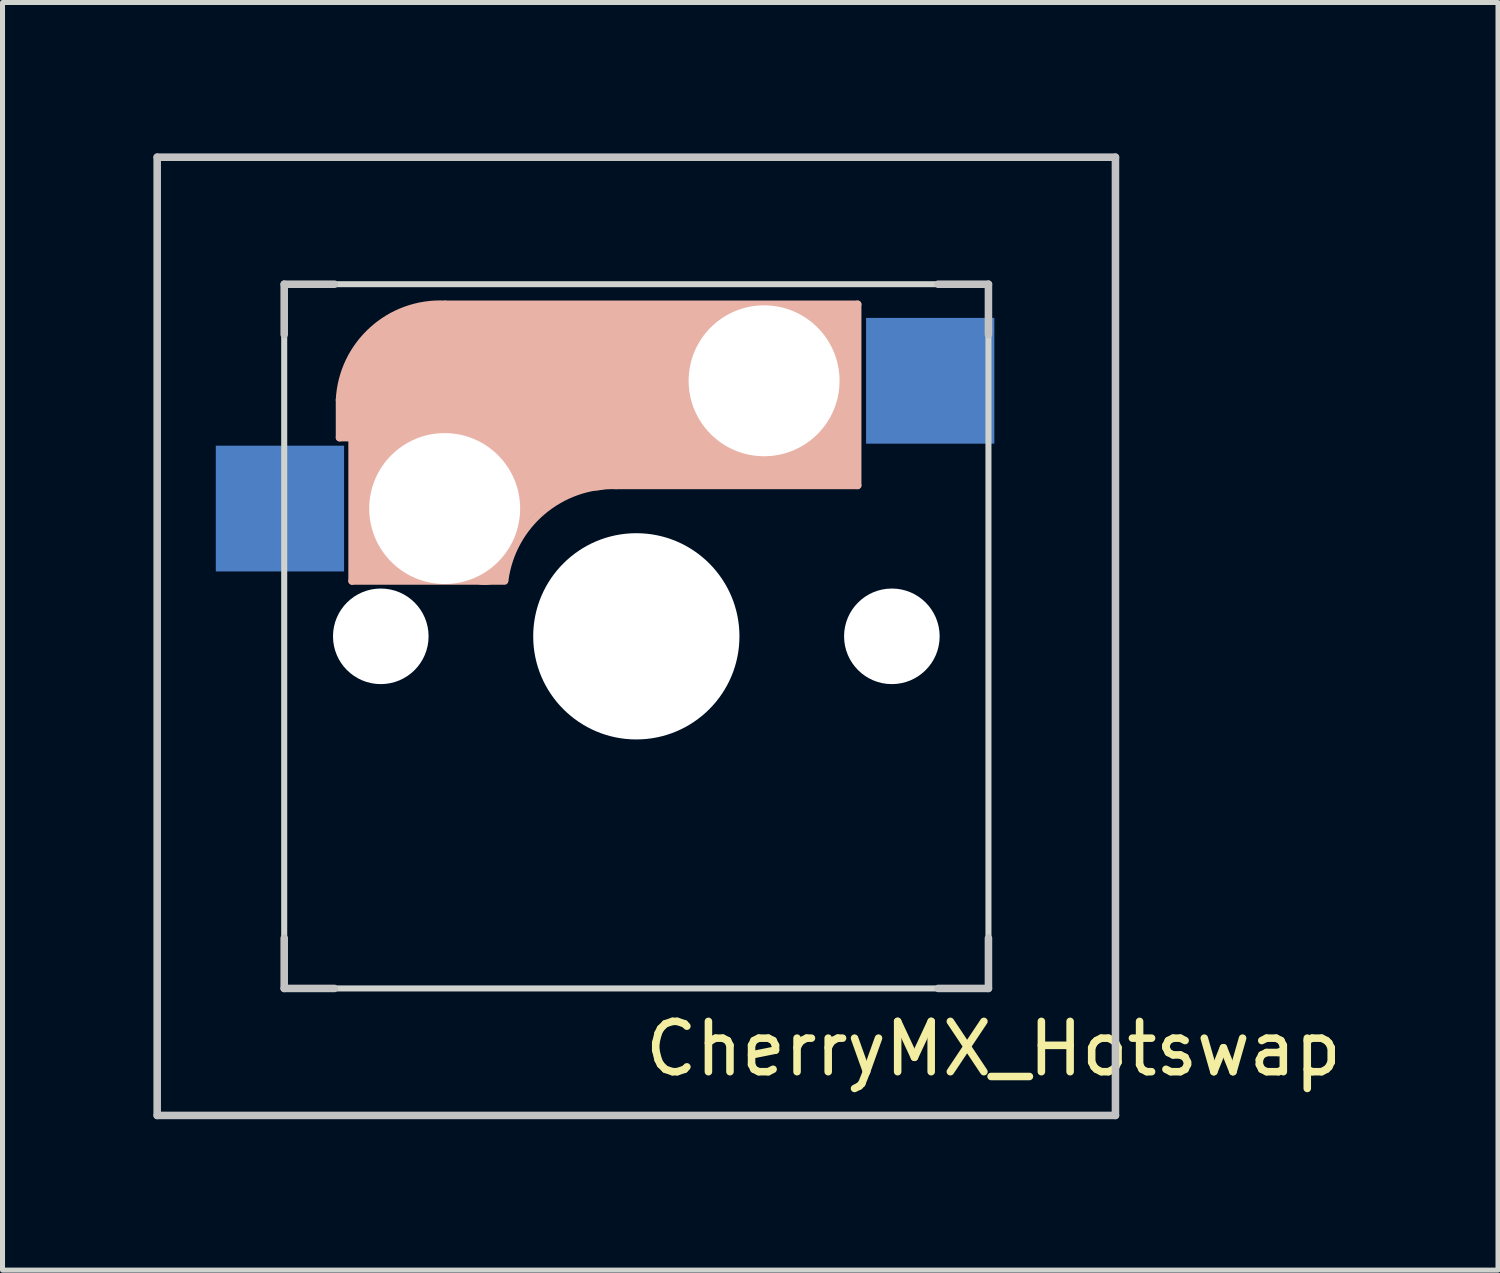
<source format=kicad_pcb>
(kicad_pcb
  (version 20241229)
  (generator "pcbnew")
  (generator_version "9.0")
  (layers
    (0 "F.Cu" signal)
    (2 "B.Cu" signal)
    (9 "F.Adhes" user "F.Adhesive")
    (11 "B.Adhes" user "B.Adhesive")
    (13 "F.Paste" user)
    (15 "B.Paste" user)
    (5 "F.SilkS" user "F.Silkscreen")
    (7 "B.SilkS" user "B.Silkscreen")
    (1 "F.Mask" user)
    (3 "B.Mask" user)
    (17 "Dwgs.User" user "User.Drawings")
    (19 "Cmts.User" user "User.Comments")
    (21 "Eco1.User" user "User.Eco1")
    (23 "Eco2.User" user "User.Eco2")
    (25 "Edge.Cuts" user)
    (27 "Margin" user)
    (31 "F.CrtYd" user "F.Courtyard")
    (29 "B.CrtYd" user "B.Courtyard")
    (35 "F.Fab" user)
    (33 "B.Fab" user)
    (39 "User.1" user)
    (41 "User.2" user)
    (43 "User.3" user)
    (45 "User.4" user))
  (footprint "CherryMX_Hotswap"
    (layer "F.Cu")
    (at 9.6 9.6)
    (property "Reference" "CherryMX_Hotswap" (at 7.1 8.2 0) (layer "F.SilkS") (effects (font (size 1 1) (thickness 0.15))))
    (attr through_hole)
    (fp_line (start -5.9 -4.7) (end -5.9 -3.95) (stroke (width 0.15) (type solid)) (layer "B.SilkS"))
    (fp_line (start -5.9 -3.95) (end -5.7 -3.95) (stroke (width 0.15) (type solid)) (layer "B.SilkS"))
    (fp_line (start -5.8 -4.05) (end -5.8 -4.7) (stroke (width 0.3) (type solid)) (layer "B.SilkS"))
    (fp_line (start -5.65 -5.55) (end -5.65 -1.1) (stroke (width 0.15) (type solid)) (layer "B.SilkS"))
    (fp_line (start -5.65 -1.1) (end -2.62 -1.1) (stroke (width 0.15) (type solid)) (layer "B.SilkS"))
    (fp_line (start -5.45 -1.3) (end -3 -1.3) (stroke (width 0.5) (type solid)) (layer "B.SilkS"))
    (fp_line (start -5.3 -1.6) (end -5.3 -3.4) (stroke (width 0.8) (type solid)) (layer "B.SilkS"))
    (fp_line (start -4.17 -5.1) (end -4.17 -2.86) (stroke (width 3) (type solid)) (layer "B.SilkS"))
    (fp_line (start -0.4 -3) (end 4.4 -3) (stroke (width 0.15) (type solid)) (layer "B.SilkS"))
    (fp_line (start 2.6 -4.8) (end -4.1 -4.8) (stroke (width 3.5) (type solid)) (layer "B.SilkS"))
    (fp_line (start 3.9 -6) (end 3.9 -3.5) (stroke (width 1) (type solid)) (layer "B.SilkS"))
    (fp_line (start 4.2 -3.25) (end 2.9 -3.3) (stroke (width 0.5) (type solid)) (layer "B.SilkS"))
    (fp_line (start 4.25 -6.4) (end 3 -6.4) (stroke (width 0.4) (type solid)) (layer "B.SilkS"))
    (fp_line (start 4.38 -4) (end 4.38 -6.25) (stroke (width 0.15) (type solid)) (layer "B.SilkS"))
    (fp_line (start 4.4 -6.6) (end -3.8 -6.6) (stroke (width 0.15) (type solid)) (layer "B.SilkS"))
    (fp_line (start 4.4 -3) (end 4.4 -6.6) (stroke (width 0.15) (type solid)) (layer "B.SilkS"))
    (fp_arc (start -5.9 -4.699999) (mid -5.243504 -6.084924) (end -3.800001 -6.6) (stroke (width 0.15) (type solid)) (layer "B.SilkS"))
    (fp_arc (start -3.016318 -1.521471) (mid -2.268709 -2.886118) (end -0.8 -3.4) (stroke (width 1) (type solid)) (layer "B.SilkS"))
    (fp_arc (start -2.616318 -1.121471) (mid -1.868709 -2.486118) (end -0.4 -3) (stroke (width 0.15) (type solid)) (layer "B.SilkS"))
    (fp_line (start -9.525 -9.525) (end 9.525 -9.525) (stroke (width 0.15) (type solid)) (layer "Dwgs.User"))
    (fp_line (start -9.525 9.525) (end -9.525 -9.525) (stroke (width 0.15) (type solid)) (layer "Dwgs.User"))
    (fp_line (start -7 -7) (end -6 -7) (stroke (width 0.15) (type solid)) (layer "Dwgs.User"))
    (fp_line (start -7 -6) (end -7 -7) (stroke (width 0.15) (type solid)) (layer "Dwgs.User"))
    (fp_line (start -7 6) (end -7 7) (stroke (width 0.15) (type solid)) (layer "Dwgs.User"))
    (fp_line (start -7 7) (end -6 7) (stroke (width 0.15) (type solid)) (layer "Dwgs.User"))
    (fp_line (start 6 7) (end 7 7) (stroke (width 0.15) (type solid)) (layer "Dwgs.User"))
    (fp_line (start 7 -7) (end 6 -7) (stroke (width 0.15) (type solid)) (layer "Dwgs.User"))
    (fp_line (start 7 -7) (end 7 -6) (stroke (width 0.15) (type solid)) (layer "Dwgs.User"))
    (fp_line (start 7 7) (end 7 6) (stroke (width 0.15) (type solid)) (layer "Dwgs.User"))
    (fp_line (start 9.525 -9.525) (end 9.525 9.525) (stroke (width 0.15) (type solid)) (layer "Dwgs.User"))
    (fp_line (start 9.525 9.525) (end -9.525 9.525) (stroke (width 0.15) (type solid)) (layer "Dwgs.User"))
    (fp_line (start -7 -7) (end -7 7) (stroke (width 0.12) (type solid)) (layer "Edge.Cuts"))
    (fp_line (start 7 -7) (end -7 -7) (stroke (width 0.12) (type solid)) (layer "Edge.Cuts"))
    (fp_line (start 7 7) (end -7 7) (stroke (width 0.12) (type solid)) (layer "Edge.Cuts"))
    (fp_line (start 7 7) (end 7 -7) (stroke (width 0.12) (type solid)) (layer "Edge.Cuts"))
    (pad "" np_thru_hole circle (at -5.08 0) (size 1.9 1.9) (drill 1.9) (layers "*.Cu" "*.Mask"))
    (pad "" np_thru_hole circle (at -3.81 -2.54) (size 3 3) (drill 3) (layers "*.Cu" "*.Mask"))
    (pad "" np_thru_hole circle (at 0 0 90) (size 4.1 4.1) (drill 4.1) (layers "*.Cu" "*.Mask"))
    (pad "" np_thru_hole circle (at 2.54 -5.08) (size 3 3) (drill 3) (layers "*.Cu" "*.Mask"))
    (pad "" np_thru_hole circle (at 5.08 0) (size 1.9 1.9) (drill 1.9) (layers "*.Cu" "*.Mask"))
    (pad "1" smd rect (at -7.085 -2.54 180) (size 2.55 2.5) (layers "B.Cu" "B.Mask" "B.Paste"))
    (pad "2" smd rect (at 5.842 -5.08 180) (size 2.55 2.5) (layers "B.Cu" "B.Mask" "B.Paste")))
  (gr_rect
    (start -3 -3)
    (end 26.73 22.2)
    (stroke (width 0.1) (type default))
    (fill no)
    (layer "Edge.Cuts")))
</source>
